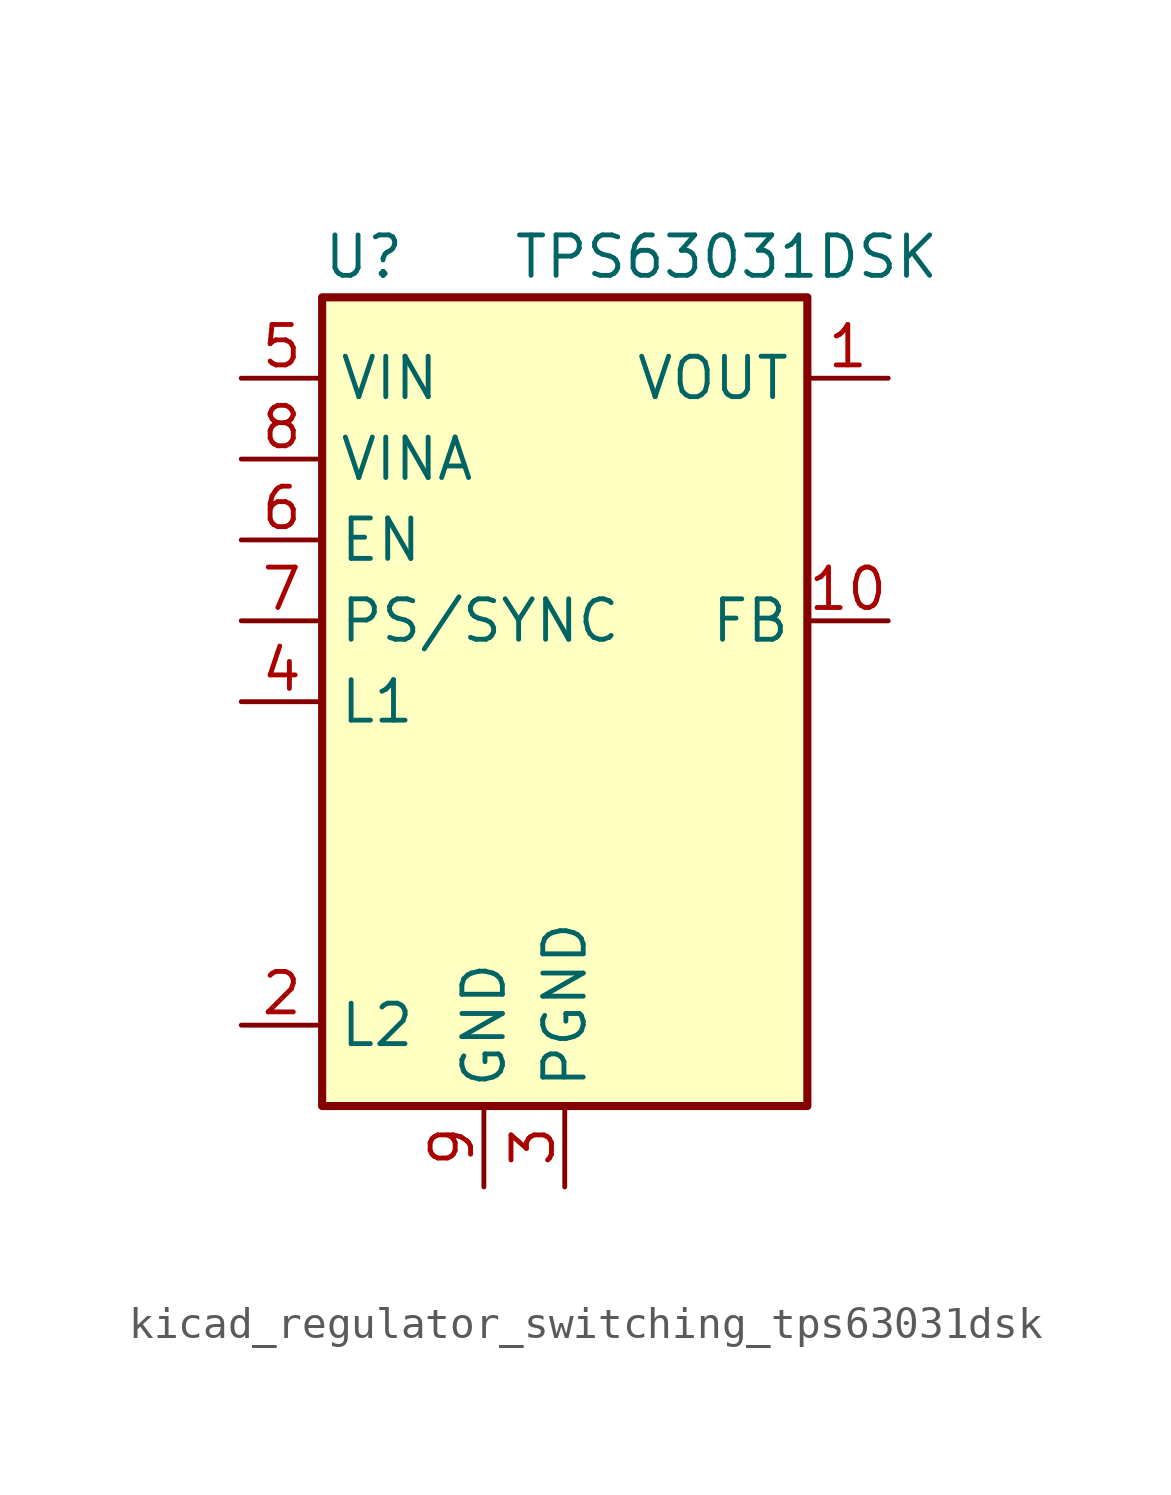
<source format=kicad_sym>
(kicad_symbol_lib
  (version 20220914)
  (generator kicad_symbol_editor)
  (symbol "kicad_regulator_switching_tps63031dsk"
    (property "Reference" "U"
      (at -7.62 13.97 0)
      (effects (font (size 1.27 1.27)) (justify left)))
    (property "Value" "TPS63031DSK"
      (at 5.08 13.97 0)
      (effects (font (size 1.27 1.27))))
    (symbol "kicad_regulator_switching_tps63031dsk_0_1"
      (rectangle (start -7.62 12.7) (end 7.62 -12.7) (stroke (width 0.254) (type default)) (fill (type background))))
    (symbol "kicad_regulator_switching_tps63031dsk_1_1"
      (pin power_out line (at 10.16 10.16 180) (length 2.54) (name "VOUT" (effects (font (size 1.27 1.27)))) (number "1" (effects (font (size 1.27 1.27)))))
      (pin input line (at 10.16 2.54 180) (length 2.54) (name "FB" (effects (font (size 1.27 1.27)))) (number "10" (effects (font (size 1.27 1.27)))))
      (pin passive line (at 0 -15.24 90) (length 2.54) hide (name "PGND" (effects (font (size 1.27 1.27)))) (number "11" (effects (font (size 1.27 1.27)))))
      (pin input line (at -10.16 -10.16 0) (length 2.54) (name "L2" (effects (font (size 1.27 1.27)))) (number "2" (effects (font (size 1.27 1.27)))))
      (pin power_in line (at 0 -15.24 90) (length 2.54) (name "PGND" (effects (font (size 1.27 1.27)))) (number "3" (effects (font (size 1.27 1.27)))))
      (pin input line (at -10.16 0 0) (length 2.54) (name "L1" (effects (font (size 1.27 1.27)))) (number "4" (effects (font (size 1.27 1.27)))))
      (pin power_in line (at -10.16 10.16 0) (length 2.54) (name "VIN" (effects (font (size 1.27 1.27)))) (number "5" (effects (font (size 1.27 1.27)))))
      (pin input line (at -10.16 5.08 0) (length 2.54) (name "EN" (effects (font (size 1.27 1.27)))) (number "6" (effects (font (size 1.27 1.27)))))
      (pin input line (at -10.16 2.54 0) (length 2.54) (name "PS/SYNC" (effects (font (size 1.27 1.27)))) (number "7" (effects (font (size 1.27 1.27)))))
      (pin passive line (at -10.16 7.62 0) (length 2.54) (name "VINA" (effects (font (size 1.27 1.27)))) (number "8" (effects (font (size 1.27 1.27)))))
      (pin power_in line (at -2.54 -15.24 90) (length 2.54) (name "GND" (effects (font (size 1.27 1.27)))) (number "9" (effects (font (size 1.27 1.27))))))))
</source>
